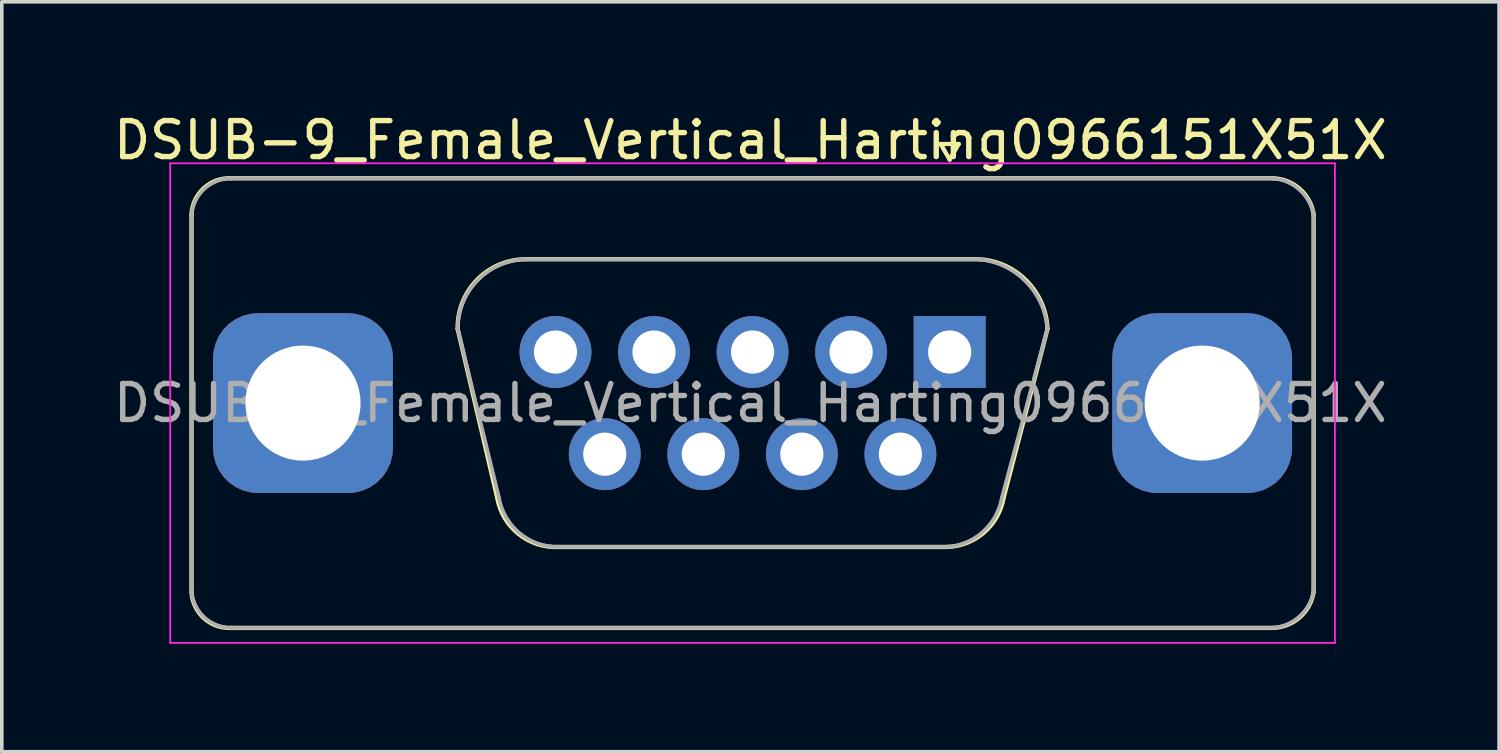
<source format=kicad_pcb>
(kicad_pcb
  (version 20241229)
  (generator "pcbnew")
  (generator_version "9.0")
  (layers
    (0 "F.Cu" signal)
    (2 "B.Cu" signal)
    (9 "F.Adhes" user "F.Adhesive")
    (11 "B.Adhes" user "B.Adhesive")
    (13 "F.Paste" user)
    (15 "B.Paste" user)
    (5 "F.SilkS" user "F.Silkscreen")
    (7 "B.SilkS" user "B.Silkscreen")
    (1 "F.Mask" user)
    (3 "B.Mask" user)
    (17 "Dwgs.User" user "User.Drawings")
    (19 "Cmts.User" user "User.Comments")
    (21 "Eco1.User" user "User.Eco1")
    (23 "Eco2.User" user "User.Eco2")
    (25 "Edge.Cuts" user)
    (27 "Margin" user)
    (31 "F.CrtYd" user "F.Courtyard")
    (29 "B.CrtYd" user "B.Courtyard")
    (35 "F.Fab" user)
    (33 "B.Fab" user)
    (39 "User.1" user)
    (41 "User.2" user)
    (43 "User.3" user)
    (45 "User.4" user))
  (footprint "DSUB-9_Female_Vertical_Harting0966151X51X"
    (layer "F.Cu")
    (at 17.875 8.158)
    (property "Reference" "DSUB-9_Female_Vertical_Harting0966151X51X" (at -0.06 -7.31 0) (layer "F.SilkS") (effects (font (size 1 1) (thickness 0.15))))
    (attr through_hole)
    (fp_line (start -15.6 5.25) (end -15.6 -5.25) (stroke (width 0.12) (type solid)) (layer "F.SilkS"))
    (fp_line (start -14.485 -6.25) (end 14.485 -6.25) (stroke (width 0.12) (type solid)) (layer "F.SilkS"))
    (fp_line (start -8.2 -2.062) (end -7.098 2.638) (stroke (width 0.12) (type solid)) (layer "F.SilkS"))
    (fp_line (start -6.3 -4) (end 6.3 -4) (stroke (width 0.12) (type solid)) (layer "F.SilkS"))
    (fp_line (start -5.4 4) (end 5.4 4) (stroke (width 0.12) (type solid)) (layer "F.SilkS"))
    (fp_line (start 5.23 -7.204) (end 5.73 -7.204) (stroke (width 0.12) (type solid)) (layer "F.SilkS"))
    (fp_line (start 5.48 -6.771) (end 5.23 -7.204) (stroke (width 0.12) (type solid)) (layer "F.SilkS"))
    (fp_line (start 5.73 -7.204) (end 5.48 -6.771) (stroke (width 0.12) (type solid)) (layer "F.SilkS"))
    (fp_line (start 8.2 -2.062) (end 6.978 2.638) (stroke (width 0.12) (type solid)) (layer "F.SilkS"))
    (fp_line (start 14.485 6.25) (end -14.485 6.25) (stroke (width 0.12) (type solid)) (layer "F.SilkS"))
    (fp_line (start 15.6 -5.25) (end 15.6 5.25) (stroke (width 0.12) (type solid)) (layer "F.SilkS"))
    (fp_arc (start -15.6 -5.25) (mid -15.250754 -5.982203) (end -14.485 -6.25) (stroke (width 0.12) (type solid)) (layer "F.SilkS"))
    (fp_arc (start -14.485 6.25) (mid -15.250707 5.982151) (end -15.6 5.25) (stroke (width 0.12) (type solid)) (layer "F.SilkS"))
    (fp_arc (start -8.2 -2.061744) (mid -7.657541 -3.430369) (end -6.3 -4) (stroke (width 0.12) (type solid)) (layer "F.SilkS"))
    (fp_arc (start -5.4 4) (mid -6.505243 3.638761) (end -7.097733 2.638256) (stroke (width 0.12) (type solid)) (layer "F.SilkS"))
    (fp_arc (start 6.3 -4) (mid 7.623201 -3.396707) (end 8.2 -2.061744) (stroke (width 0.12) (type solid)) (layer "F.SilkS"))
    (fp_arc (start 6.977733 2.638256) (mid 6.431331 3.60005) (end 5.4 4) (stroke (width 0.12) (type solid)) (layer "F.SilkS"))
    (fp_arc (start 14.485 -6.25) (mid 15.221482 -5.949565) (end 15.6 -5.25) (stroke (width 0.12) (type solid)) (layer "F.SilkS"))
    (fp_arc (start 15.6 5.25) (mid 15.221482 5.949565) (end 14.485 6.25) (stroke (width 0.12) (type solid)) (layer "F.SilkS"))
    (fp_line (start -16.192 -6.668) (end -16.192 6.668) (stroke (width 0.05) (type solid)) (layer "F.CrtYd"))
    (fp_line (start -16.192 6.668) (end 16.192 6.668) (stroke (width 0.05) (type solid)) (layer "F.CrtYd"))
    (fp_line (start 16.192 -6.668) (end -16.192 -6.668) (stroke (width 0.05) (type solid)) (layer "F.CrtYd"))
    (fp_line (start 16.192 6.668) (end 16.192 -6.668) (stroke (width 0.05) (type solid)) (layer "F.CrtYd"))
    (fp_line (start -15.6 5.25) (end -15.6 -5.25) (stroke (width 0.1) (type solid)) (layer "F.Fab"))
    (fp_line (start -14.485 -6.25) (end 14.485 -6.25) (stroke (width 0.1) (type solid)) (layer "F.Fab"))
    (fp_line (start -8.2 -2.072) (end -7.05 2.628) (stroke (width 0.1) (type solid)) (layer "F.Fab"))
    (fp_line (start -6.3 -4) (end 6.3 -4) (stroke (width 0.1) (type solid)) (layer "F.Fab"))
    (fp_line (start -5.4 4) (end 5.4 4) (stroke (width 0.1) (type solid)) (layer "F.Fab"))
    (fp_line (start 8.2 -2.072) (end 6.93 2.628) (stroke (width 0.1) (type solid)) (layer "F.Fab"))
    (fp_line (start 14.485 6.25) (end -14.485 6.25) (stroke (width 0.1) (type solid)) (layer "F.Fab"))
    (fp_line (start 15.6 -5.25) (end 15.6 5.25) (stroke (width 0.1) (type solid)) (layer "F.Fab"))
    (fp_arc (start -15.6 -5.25) (mid -15.23387 -5.963378) (end -14.485 -6.25) (stroke (width 0.1) (type solid)) (layer "F.Fab"))
    (fp_arc (start -14.485 6.25) (mid -15.23387 5.963377) (end -15.6 5.25) (stroke (width 0.1) (type solid)) (layer "F.Fab"))
    (fp_arc (start -8.2 -2.072163) (mid -7.639521 -3.419978) (end -6.3 -4) (stroke (width 0.1) (type solid)) (layer "F.Fab"))
    (fp_arc (start -5.4 4) (mid -6.476519 3.616302) (end -7.05015 2.627837) (stroke (width 0.1) (type solid)) (layer "F.Fab"))
    (fp_arc (start 6.3 -4) (mid 7.597504 -3.378567) (end 8.2 -2.072163) (stroke (width 0.1) (type solid)) (layer "F.Fab"))
    (fp_arc (start 6.93015 2.627837) (mid 6.402087 3.578219) (end 5.4 4) (stroke (width 0.1) (type solid)) (layer "F.Fab"))
    (fp_arc (start 14.485 -6.25) (mid 15.205479 -5.931722) (end 15.6 -5.25) (stroke (width 0.1) (type solid)) (layer "F.Fab"))
    (fp_arc (start 15.6 5.25) (mid 15.205479 5.931722) (end 14.485 6.25) (stroke (width 0.1) (type solid)) (layer "F.Fab"))
    (fp_text user "${REFERENCE}" (at -0.06 0 0) (layer "F.Fab") (effects (font (size 1 1) (thickness 0.15))))
    (pad "0" thru_hole roundrect (at -12.5 0) (size 5 5) (drill 3.2) (layers "*.Cu" "*.Mask") (roundrect_rratio 0.25))
    (pad "0" thru_hole roundrect (at 12.5 0) (size 5 5) (drill 3.2) (layers "*.Cu" "*.Mask") (roundrect_rratio 0.25))
    (pad "1" thru_hole rect (at 5.48 -1.42) (size 2 2) (drill 1.2) (layers "*.Cu" "*.Mask"))
    (pad "2" thru_hole circle (at 2.74 -1.42) (size 2 2) (drill 1.2) (layers "*.Cu" "*.Mask"))
    (pad "3" thru_hole circle (at 0 -1.42) (size 2 2) (drill 1.2) (layers "*.Cu" "*.Mask"))
    (pad "4" thru_hole circle (at -2.74 -1.42) (size 2 2) (drill 1.2) (layers "*.Cu" "*.Mask"))
    (pad "5" thru_hole circle (at -5.48 -1.42) (size 2 2) (drill 1.2) (layers "*.Cu" "*.Mask"))
    (pad "6" thru_hole circle (at 4.11 1.42) (size 2 2) (drill 1.2) (layers "*.Cu" "*.Mask"))
    (pad "7" thru_hole circle (at 1.37 1.42) (size 2 2) (drill 1.2) (layers "*.Cu" "*.Mask"))
    (pad "8" thru_hole circle (at -1.37 1.42) (size 2 2) (drill 1.2) (layers "*.Cu" "*.Mask"))
    (pad "9" thru_hole circle (at -4.11 1.42) (size 2 2) (drill 1.2) (layers "*.Cu" "*.Mask")))
  (gr_rect
    (start -3 -3)
    (end 38.631 17.851)
    (stroke (width 0.1) (type default))
    (fill no)
    (layer "Edge.Cuts")))
</source>
